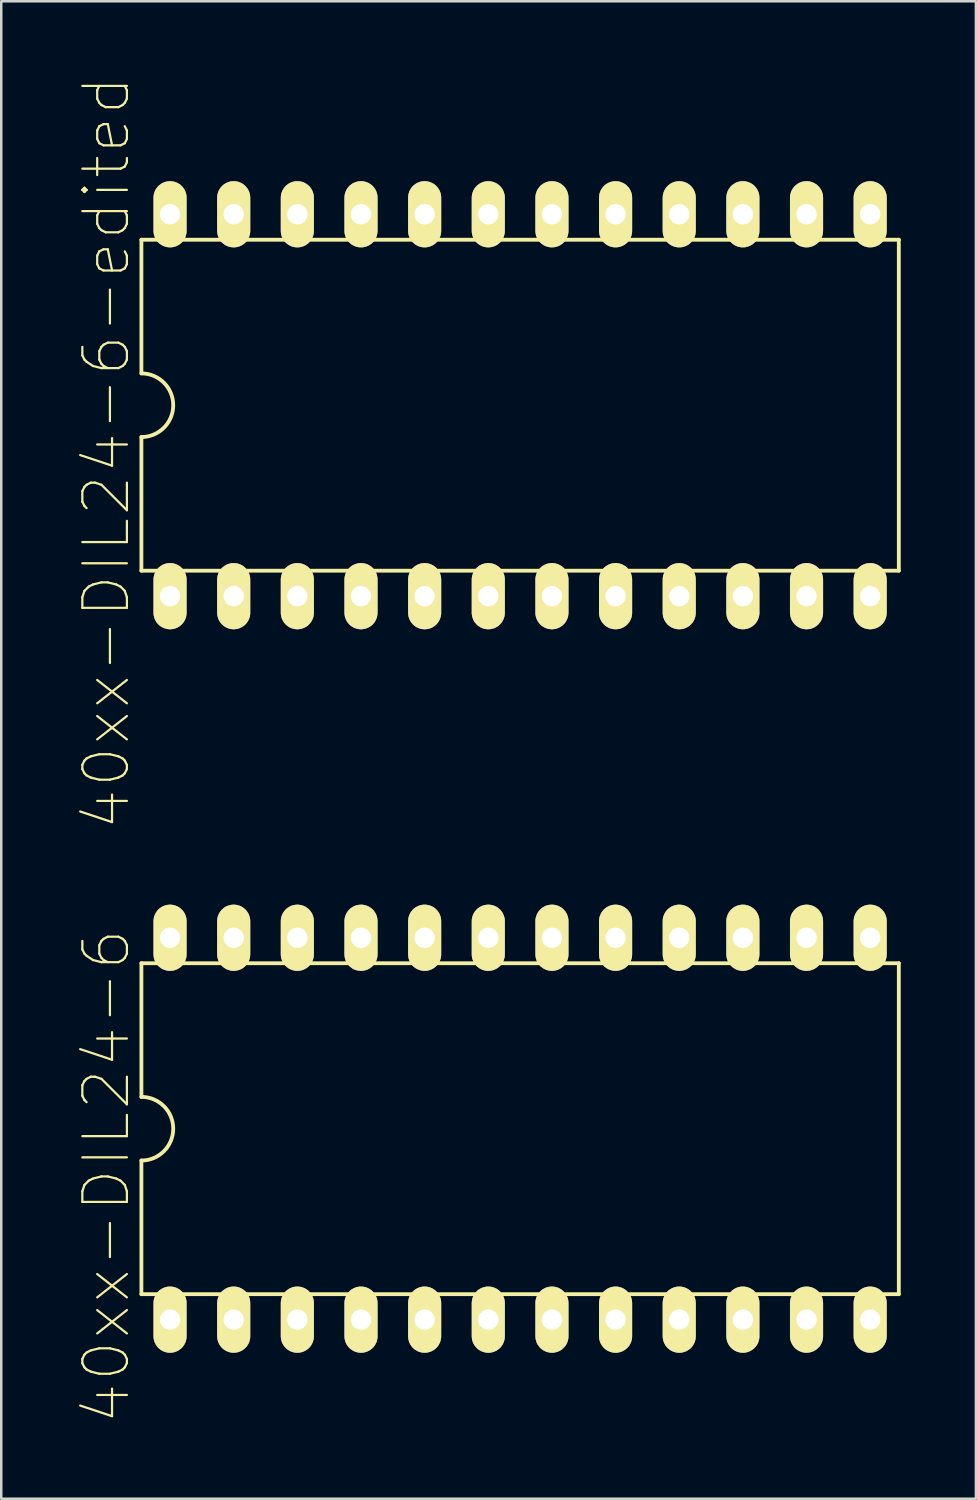
<source format=kicad_pcb>
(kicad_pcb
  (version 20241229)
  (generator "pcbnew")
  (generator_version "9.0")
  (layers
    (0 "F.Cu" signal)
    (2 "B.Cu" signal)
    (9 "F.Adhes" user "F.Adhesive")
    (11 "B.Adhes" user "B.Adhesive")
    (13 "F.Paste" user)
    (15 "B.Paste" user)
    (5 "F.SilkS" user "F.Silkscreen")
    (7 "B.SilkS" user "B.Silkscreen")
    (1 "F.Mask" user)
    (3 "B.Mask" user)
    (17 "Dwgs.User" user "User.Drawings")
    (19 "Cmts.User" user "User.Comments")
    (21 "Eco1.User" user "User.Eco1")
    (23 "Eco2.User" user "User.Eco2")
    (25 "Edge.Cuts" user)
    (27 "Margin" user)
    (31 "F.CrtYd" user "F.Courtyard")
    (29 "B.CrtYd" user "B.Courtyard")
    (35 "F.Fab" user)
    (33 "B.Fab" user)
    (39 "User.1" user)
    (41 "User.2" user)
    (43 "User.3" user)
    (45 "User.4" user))
  (footprint "40xx-DIL24-6-edited"
    (layer "F.Cu")
    (at 17.706 13.121)
    (property "Reference" "40xx-DIL24-6-edited" (at -16.51 1.905 90) (layer "F.SilkS") (effects (font (size 1.778 1.778) (thickness 0.089))))
    (attr exclude_from_pos_files exclude_from_bom)
    (fp_line (start -15.113 -6.604) (end -15.113 -1.27) (stroke (width 0.152) (type solid)) (layer "F.SilkS"))
    (fp_line (start -15.113 -6.604) (end 15.113 -6.604) (stroke (width 0.152) (type solid)) (layer "F.SilkS"))
    (fp_line (start -15.113 1.27) (end -15.113 6.604) (stroke (width 0.152) (type solid)) (layer "F.SilkS"))
    (fp_line (start -15.113 6.604) (end 15.113 6.604) (stroke (width 0.152) (type solid)) (layer "F.SilkS"))
    (fp_line (start 15.113 6.604) (end 15.113 -6.604) (stroke (width 0.152) (type solid)) (layer "F.SilkS"))
    (fp_arc (start -15.113 -1.27) (mid -13.843 0) (end -15.113 1.27) (stroke (width 0.1524) (type solid)) (layer "F.SilkS"))
    (pad "1" thru_hole oval (at -13.97 7.62) (size 1.321 2.642) (drill 0.813) (layers "*.Cu" "*.Mask" "F.SilkS"))
    (pad "2" thru_hole oval (at -11.43 7.62) (size 1.321 2.642) (drill 0.813) (layers "*.Cu" "*.Mask" "F.SilkS"))
    (pad "3" thru_hole oval (at -8.89 7.62) (size 1.321 2.642) (drill 0.813) (layers "*.Cu" "*.Mask" "F.SilkS"))
    (pad "4" thru_hole oval (at -6.35 7.62) (size 1.321 2.642) (drill 0.813) (layers "*.Cu" "*.Mask" "F.SilkS"))
    (pad "5" thru_hole oval (at -3.81 7.62) (size 1.321 2.642) (drill 0.813) (layers "*.Cu" "*.Mask" "F.SilkS"))
    (pad "6" thru_hole oval (at -1.27 7.62) (size 1.321 2.642) (drill 0.813) (layers "*.Cu" "*.Mask" "F.SilkS"))
    (pad "7" thru_hole oval (at 1.27 7.62) (size 1.321 2.642) (drill 0.813) (layers "*.Cu" "*.Mask" "F.SilkS"))
    (pad "8" thru_hole oval (at 3.81 7.62) (size 1.321 2.642) (drill 0.813) (layers "*.Cu" "*.Mask" "F.SilkS"))
    (pad "9" thru_hole oval (at 6.35 7.62) (size 1.321 2.642) (drill 0.813) (layers "*.Cu" "*.Mask" "F.SilkS"))
    (pad "10" thru_hole oval (at 8.89 7.62) (size 1.321 2.642) (drill 0.813) (layers "*.Cu" "*.Mask" "F.SilkS"))
    (pad "11" thru_hole oval (at 11.43 7.62) (size 1.321 2.642) (drill 0.813) (layers "*.Cu" "*.Mask" "F.SilkS"))
    (pad "12" thru_hole oval (at 13.97 7.62) (size 1.321 2.642) (drill 0.813) (layers "*.Cu" "*.Mask" "F.SilkS"))
    (pad "13" thru_hole oval (at 13.97 -7.62) (size 1.321 2.642) (drill 0.813) (layers "*.Cu" "*.Mask" "F.SilkS"))
    (pad "14" thru_hole oval (at 11.43 -7.62) (size 1.321 2.642) (drill 0.813) (layers "*.Cu" "*.Mask" "F.SilkS"))
    (pad "15" thru_hole oval (at 8.89 -7.62) (size 1.321 2.642) (drill 0.813) (layers "*.Cu" "*.Mask" "F.SilkS"))
    (pad "16" thru_hole oval (at 6.35 -7.62) (size 1.321 2.642) (drill 0.813) (layers "*.Cu" "*.Mask" "F.SilkS"))
    (pad "17" thru_hole oval (at 3.81 -7.62) (size 1.321 2.642) (drill 0.813) (layers "*.Cu" "*.Mask" "F.SilkS"))
    (pad "18" thru_hole oval (at 1.27 -7.62) (size 1.321 2.642) (drill 0.813) (layers "*.Cu" "*.Mask" "F.SilkS"))
    (pad "19" thru_hole oval (at -1.27 -7.62) (size 1.321 2.642) (drill 0.813) (layers "*.Cu" "*.Mask" "F.SilkS"))
    (pad "20" thru_hole oval (at -3.81 -7.62) (size 1.321 2.642) (drill 0.813) (layers "*.Cu" "*.Mask" "F.SilkS"))
    (pad "21" thru_hole oval (at -6.35 -7.62) (size 1.321 2.642) (drill 0.813) (layers "*.Cu" "*.Mask" "F.SilkS"))
    (pad "22" thru_hole oval (at -8.89 -7.62) (size 1.321 2.642) (drill 0.813) (layers "*.Cu" "*.Mask" "F.SilkS"))
    (pad "23" thru_hole oval (at -11.43 -7.62) (size 1.321 2.642) (drill 0.813) (layers "*.Cu" "*.Mask" "F.SilkS"))
    (pad "24" thru_hole oval (at -13.97 -7.62) (size 1.321 2.642) (drill 0.813) (layers "*.Cu" "*.Mask" "F.SilkS")))
  (footprint "40xx-DIL24-6"
    (layer "F.Cu")
    (at 17.706 41.993)
    (property "Reference" "40xx-DIL24-6" (at -16.51 1.905 90) (layer "F.SilkS") (effects (font (size 1.778 1.778) (thickness 0.089))))
    (attr exclude_from_pos_files exclude_from_bom)
    (fp_line (start -15.113 -6.604) (end -15.113 -1.27) (stroke (width 0.152) (type solid)) (layer "F.SilkS"))
    (fp_line (start -15.113 -6.604) (end 15.113 -6.604) (stroke (width 0.152) (type solid)) (layer "F.SilkS"))
    (fp_line (start -15.113 1.27) (end -15.113 6.604) (stroke (width 0.152) (type solid)) (layer "F.SilkS"))
    (fp_line (start -15.113 6.604) (end 15.113 6.604) (stroke (width 0.152) (type solid)) (layer "F.SilkS"))
    (fp_line (start 15.113 6.604) (end 15.113 -6.604) (stroke (width 0.152) (type solid)) (layer "F.SilkS"))
    (fp_arc (start -15.113 -1.27) (mid -13.843 0) (end -15.113 1.27) (stroke (width 0.1524) (type solid)) (layer "F.SilkS"))
    (pad "1" thru_hole oval (at -13.97 7.62) (size 1.321 2.642) (drill 0.813) (layers "*.Cu" "*.Paste" "F.Mask" "F.SilkS"))
    (pad "2" thru_hole oval (at -11.43 7.62) (size 1.321 2.642) (drill 0.813) (layers "*.Cu" "*.Paste" "F.Mask" "F.SilkS"))
    (pad "3" thru_hole oval (at -8.89 7.62) (size 1.321 2.642) (drill 0.813) (layers "*.Cu" "F.Mask" "F.SilkS" "F.Paste"))
    (pad "4" thru_hole oval (at -6.35 7.62) (size 1.321 2.642) (drill 0.813) (layers "*.Cu" "F.Mask" "F.SilkS" "F.Paste"))
    (pad "5" thru_hole oval (at -3.81 7.62) (size 1.321 2.642) (drill 0.813) (layers "*.Cu" "F.Mask" "F.SilkS" "F.Paste"))
    (pad "6" thru_hole oval (at -1.27 7.62) (size 1.321 2.642) (drill 0.813) (layers "*.Cu" "F.Mask" "F.SilkS" "F.Paste"))
    (pad "7" thru_hole oval (at 1.27 7.62) (size 1.321 2.642) (drill 0.813) (layers "*.Cu" "F.Mask" "F.SilkS" "F.Paste"))
    (pad "8" thru_hole oval (at 3.81 7.62) (size 1.321 2.642) (drill 0.813) (layers "*.Cu" "F.Mask" "F.SilkS" "F.Paste"))
    (pad "9" thru_hole oval (at 6.35 7.62) (size 1.321 2.642) (drill 0.813) (layers "*.Cu" "F.Mask" "F.SilkS" "F.Paste"))
    (pad "10" thru_hole oval (at 8.89 7.62) (size 1.321 2.642) (drill 0.813) (layers "*.Cu" "F.Mask" "F.SilkS" "F.Paste"))
    (pad "11" thru_hole oval (at 11.43 7.62) (size 1.321 2.642) (drill 0.813) (layers "*.Cu" "F.Mask" "F.SilkS" "F.Paste"))
    (pad "12" thru_hole oval (at 13.97 7.62) (size 1.321 2.642) (drill 0.813) (layers "*.Cu" "F.Mask" "F.SilkS" "F.Paste"))
    (pad "13" thru_hole oval (at 13.97 -7.62) (size 1.321 2.642) (drill 0.813) (layers "*.Cu" "F.Mask" "F.SilkS" "F.Paste"))
    (pad "14" thru_hole oval (at 11.43 -7.62) (size 1.321 2.642) (drill 0.813) (layers "*.Cu" "F.Mask" "F.SilkS" "F.Paste"))
    (pad "15" thru_hole oval (at 8.89 -7.62) (size 1.321 2.642) (drill 0.813) (layers "*.Cu" "F.Mask" "F.SilkS" "F.Paste"))
    (pad "16" thru_hole oval (at 6.35 -7.62) (size 1.321 2.642) (drill 0.813) (layers "*.Cu" "F.Mask" "F.SilkS" "F.Paste"))
    (pad "17" thru_hole oval (at 3.81 -7.62) (size 1.321 2.642) (drill 0.813) (layers "*.Cu" "F.Mask" "F.SilkS" "F.Paste"))
    (pad "18" thru_hole oval (at 1.27 -7.62) (size 1.321 2.642) (drill 0.813) (layers "*.Cu" "F.Mask" "F.SilkS" "F.Paste"))
    (pad "19" thru_hole oval (at -1.27 -7.62) (size 1.321 2.642) (drill 0.813) (layers "*.Cu" "F.Mask" "F.SilkS" "F.Paste"))
    (pad "20" thru_hole oval (at -3.81 -7.62) (size 1.321 2.642) (drill 0.813) (layers "*.Cu" "F.Mask" "F.SilkS" "F.Paste"))
    (pad "21" thru_hole oval (at -6.35 -7.62) (size 1.321 2.642) (drill 0.813) (layers "*.Cu" "F.Mask" "F.SilkS" "F.Paste"))
    (pad "22" thru_hole oval (at -8.89 -7.62) (size 1.321 2.642) (drill 0.813) (layers "*.Cu" "F.Mask" "F.SilkS" "F.Paste"))
    (pad "23" thru_hole oval (at -11.43 -7.62) (size 1.321 2.642) (drill 0.813) (layers "*.Cu" "F.Mask" "F.SilkS" "F.Paste"))
    (pad "24" thru_hole oval (at -13.97 -7.62) (size 1.321 2.642) (drill 0.813) (layers "*.Cu" "F.Mask" "F.SilkS" "F.Paste")))
  (gr_rect
    (start -3 -3)
    (end 35.895 56.76)
    (stroke (width 0.1) (type default))
    (fill no)
    (layer "Edge.Cuts")))
</source>
